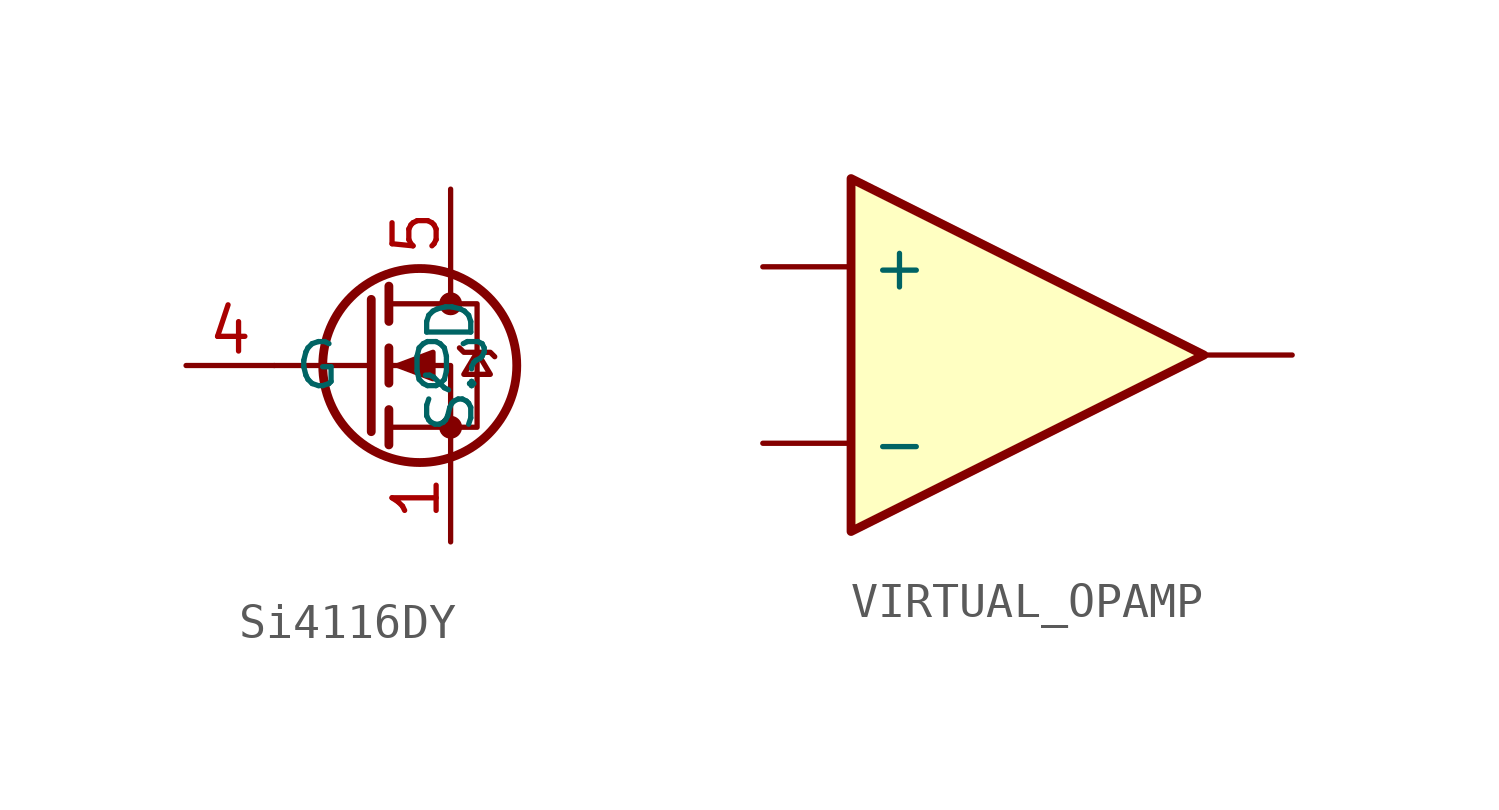
<source format=kicad_sym>
(kicad_symbol_lib
  (version 20241209)
  (generator "kicad_symbol_editor")
  (generator_version "9.0")
  (symbol "Si4116DY"
    (property "Reference" "Q"
      (at 0 0 0)
      (effects (font (size 1.27 1.27))))
    (property "Value" ""
      (at 0 0 0)
      (effects (font (size 1.27 1.27))))
    (symbol "Si4116DY_0_1"
      (polyline (pts (xy -2.286 1.905) (xy -2.286 -1.905)) (stroke (width 0.254) (type default)) (fill (type none)))
      (polyline (pts (xy -2.286 0) (xy -5.08 0)) (stroke (width 0) (type default)) (fill (type none)))
      (polyline (pts (xy -1.778 2.286) (xy -1.778 1.27)) (stroke (width 0.254) (type default)) (fill (type none)))
      (polyline (pts (xy -1.778 0.508) (xy -1.778 -0.508)) (stroke (width 0.254) (type default)) (fill (type none)))
      (polyline (pts (xy -1.778 -1.27) (xy -1.778 -2.286)) (stroke (width 0.254) (type default)) (fill (type none)))
      (polyline (pts (xy -1.778 -1.778) (xy 0.762 -1.778) (xy 0.762 1.778) (xy -1.778 1.778)) (stroke (width 0) (type default)) (fill (type none)))
      (polyline (pts (xy -1.524 0) (xy -0.508 0.381) (xy -0.508 -0.381) (xy -1.524 0)) (stroke (width 0) (type default)) (fill (type outline)))
      (circle (center -0.889 0) (radius 2.794) (stroke (width 0.254) (type default)) (fill (type none)))
      (polyline (pts (xy 0 2.54) (xy 0 1.778)) (stroke (width 0) (type default)) (fill (type none)))
      (circle (center 0 1.778) (radius 0.254) (stroke (width 0) (type default)) (fill (type outline)))
      (circle (center 0 -1.778) (radius 0.254) (stroke (width 0) (type default)) (fill (type outline)))
      (polyline (pts (xy 0 -2.54) (xy 0 0) (xy -1.778 0)) (stroke (width 0) (type default)) (fill (type none)))
      (polyline (pts (xy 0.254 0.508) (xy 0.381 0.381) (xy 1.143 0.381) (xy 1.27 0.254)) (stroke (width 0) (type default)) (fill (type none)))
      (polyline (pts (xy 0.762 0.381) (xy 0.381 -0.254) (xy 1.143 -0.254) (xy 0.762 0.381)) (stroke (width 0) (type default)) (fill (type none))))
    (symbol "Si4116DY_1_1"
      (pin input line (at -7.62 0 0) (length 2.54) (name "G" (effects (font (size 1.27 1.27)))) (number "4" (effects (font (size 1.27 1.27)))))
      (pin passive line (at 0 5.08 270) (length 2.54) (name "D" (effects (font (size 1.27 1.27)))) (number "5" (effects (font (size 1.27 1.27)))))
      (pin passive line (at 0 5.08 270) (length 2.54) (hide yes) (name "D" (effects (font (size 1.27 1.27)))) (number "6" (effects (font (size 1.27 1.27)))))
      (pin passive line (at 0 5.08 270) (length 2.54) (hide yes) (name "D" (effects (font (size 1.27 1.27)))) (number "7" (effects (font (size 1.27 1.27)))))
      (pin passive line (at 0 5.08 270) (length 2.54) (hide yes) (name "D" (effects (font (size 1.27 1.27)))) (number "8" (effects (font (size 1.27 1.27)))))
      (pin passive line (at 0 -5.08 90) (length 2.54) (name "S" (effects (font (size 1.27 1.27)))) (number "1" (effects (font (size 1.27 1.27)))))
      (pin passive line (at 0 -5.08 90) (length 2.54) (hide yes) (name "S" (effects (font (size 1.27 1.27)))) (number "2" (effects (font (size 1.27 1.27)))))
      (pin passive line (at 0 -5.08 90) (length 2.54) (hide yes) (name "S" (effects (font (size 1.27 1.27)))) (number "3" (effects (font (size 1.27 1.27)))))))
  (symbol "VIRTUAL_OPAMP"
    (pin_numbers
      (hide yes))
    (property "Reference" "VT"
      (at 0 5.588 0)
      (effects (font (size 1.27 1.27)) (hide yes)))
    (symbol "VIRTUAL_OPAMP_1_1"
      (polyline (pts (xy -3.81 5.08) (xy 6.35 0) (xy -3.81 -5.08) (xy -3.81 5.08)) (stroke (width 0.254) (type default)) (fill (type background)))
      (pin input line (at -6.35 2.54 0) (length 2.54) (name "+" (effects (font (size 1.27 1.27)))) (number "1" (effects (font (size 1.27 1.27)))))
      (pin input line (at -6.35 -2.54 0) (length 2.54) (name "-" (effects (font (size 1.27 1.27)))) (number "2" (effects (font (size 1.27 1.27)))))
      (pin output line (at 8.89 0 180) (length 2.54) (name "~" (effects (font (size 1.27 1.27)))) (number "3" (effects (font (size 1.27 1.27))))))))
</source>
